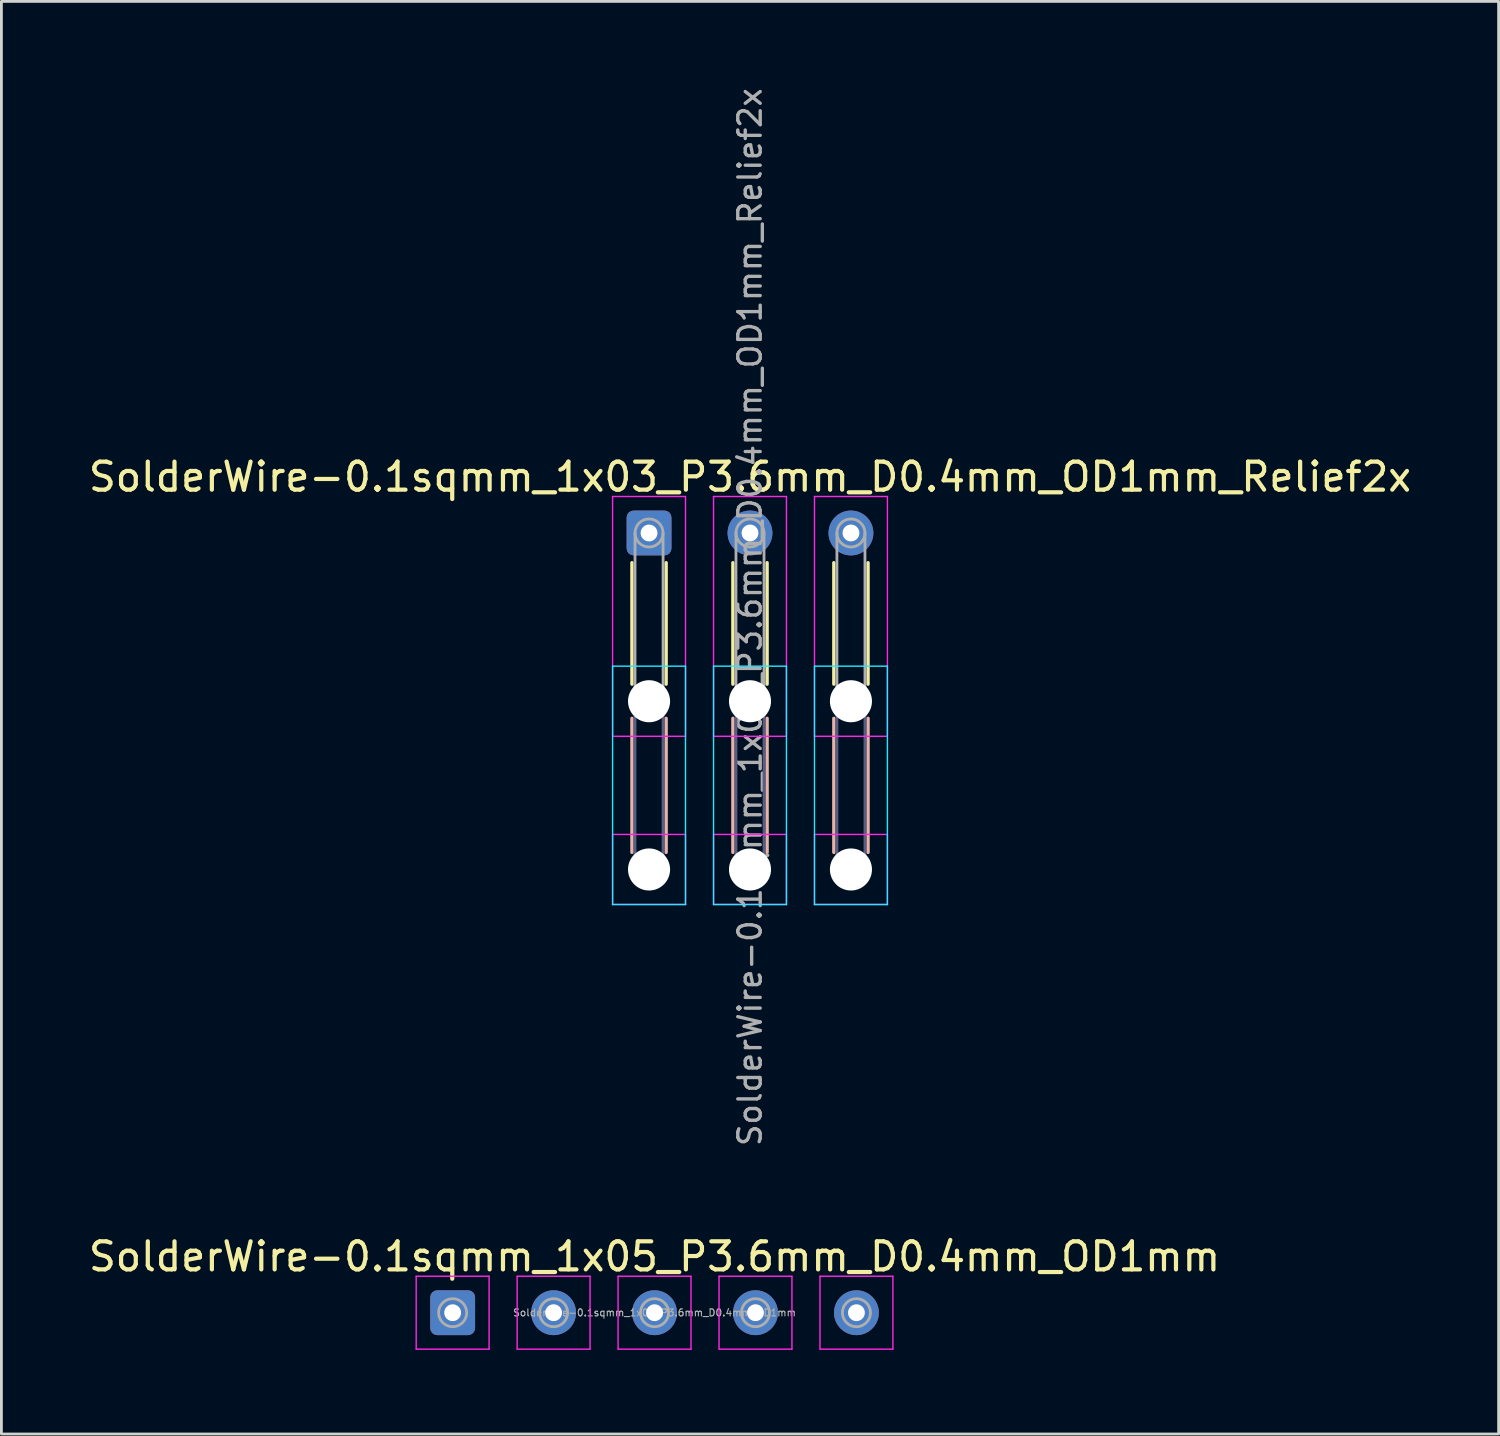
<source format=kicad_pcb>
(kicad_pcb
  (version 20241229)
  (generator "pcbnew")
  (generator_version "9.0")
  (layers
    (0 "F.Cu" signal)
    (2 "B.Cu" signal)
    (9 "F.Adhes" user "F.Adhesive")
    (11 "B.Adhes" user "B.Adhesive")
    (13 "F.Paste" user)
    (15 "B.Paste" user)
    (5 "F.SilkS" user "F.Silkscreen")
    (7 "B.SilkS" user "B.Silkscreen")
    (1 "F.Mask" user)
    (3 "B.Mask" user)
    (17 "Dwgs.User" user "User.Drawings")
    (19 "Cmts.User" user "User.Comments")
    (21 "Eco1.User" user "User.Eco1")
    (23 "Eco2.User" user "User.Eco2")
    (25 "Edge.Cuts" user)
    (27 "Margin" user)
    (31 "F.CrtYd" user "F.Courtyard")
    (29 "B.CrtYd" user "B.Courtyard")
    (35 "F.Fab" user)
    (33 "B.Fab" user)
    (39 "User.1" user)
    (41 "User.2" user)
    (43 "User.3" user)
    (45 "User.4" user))
  (footprint "SolderWire-0.1sqmm_1x03_P3.6mm_D0.4mm_OD1mm_Relief2x"
    (layer "F.Cu")
    (at 20.096 15.957)
    (property "Reference" "SolderWire-0.1sqmm_1x03_P3.6mm_D0.4mm_OD1mm_Relief2x" (at 3.6 -2 0) (layer "F.SilkS") (effects (font (size 1 1) (thickness 0.15))))
    (attr exclude_from_pos_files exclude_from_bom)
    (fp_line (start -0.61 1.06) (end -0.61 5.39) (stroke (width 0.12) (type solid)) (layer "F.SilkS"))
    (fp_line (start 0.61 1.06) (end 0.61 5.39) (stroke (width 0.12) (type solid)) (layer "F.SilkS"))
    (fp_line (start 2.99 1.06) (end 2.99 5.39) (stroke (width 0.12) (type solid)) (layer "F.SilkS"))
    (fp_line (start 4.21 1.06) (end 4.21 5.39) (stroke (width 0.12) (type solid)) (layer "F.SilkS"))
    (fp_line (start 6.59 1.06) (end 6.59 5.39) (stroke (width 0.12) (type solid)) (layer "F.SilkS"))
    (fp_line (start 7.81 1.06) (end 7.81 5.39) (stroke (width 0.12) (type solid)) (layer "F.SilkS"))
    (fp_line (start -0.61 6.61) (end -0.61 11.39) (stroke (width 0.12) (type solid)) (layer "B.SilkS"))
    (fp_line (start 0.61 6.61) (end 0.61 11.39) (stroke (width 0.12) (type solid)) (layer "B.SilkS"))
    (fp_line (start 2.99 6.61) (end 2.99 11.39) (stroke (width 0.12) (type solid)) (layer "B.SilkS"))
    (fp_line (start 4.21 6.61) (end 4.21 11.39) (stroke (width 0.12) (type solid)) (layer "B.SilkS"))
    (fp_line (start 6.59 6.61) (end 6.59 11.39) (stroke (width 0.12) (type solid)) (layer "B.SilkS"))
    (fp_line (start 7.81 6.61) (end 7.81 11.39) (stroke (width 0.12) (type solid)) (layer "B.SilkS"))
    (fp_line (start -1.3 4.75) (end -1.3 13.25) (stroke (width 0.05) (type solid)) (layer "B.CrtYd"))
    (fp_line (start -1.3 13.25) (end 1.3 13.25) (stroke (width 0.05) (type solid)) (layer "B.CrtYd"))
    (fp_line (start 1.3 4.75) (end -1.3 4.75) (stroke (width 0.05) (type solid)) (layer "B.CrtYd"))
    (fp_line (start 1.3 13.25) (end 1.3 4.75) (stroke (width 0.05) (type solid)) (layer "B.CrtYd"))
    (fp_line (start 2.3 4.75) (end 2.3 13.25) (stroke (width 0.05) (type solid)) (layer "B.CrtYd"))
    (fp_line (start 2.3 13.25) (end 4.9 13.25) (stroke (width 0.05) (type solid)) (layer "B.CrtYd"))
    (fp_line (start 4.9 4.75) (end 2.3 4.75) (stroke (width 0.05) (type solid)) (layer "B.CrtYd"))
    (fp_line (start 4.9 13.25) (end 4.9 4.75) (stroke (width 0.05) (type solid)) (layer "B.CrtYd"))
    (fp_line (start 5.9 4.75) (end 5.9 13.25) (stroke (width 0.05) (type solid)) (layer "B.CrtYd"))
    (fp_line (start 5.9 13.25) (end 8.5 13.25) (stroke (width 0.05) (type solid)) (layer "B.CrtYd"))
    (fp_line (start 8.5 4.75) (end 5.9 4.75) (stroke (width 0.05) (type solid)) (layer "B.CrtYd"))
    (fp_line (start 8.5 13.25) (end 8.5 4.75) (stroke (width 0.05) (type solid)) (layer "B.CrtYd"))
    (fp_line (start -1.3 -1.3) (end -1.3 7.25) (stroke (width 0.05) (type solid)) (layer "F.CrtYd"))
    (fp_line (start -1.3 7.25) (end 1.3 7.25) (stroke (width 0.05) (type solid)) (layer "F.CrtYd"))
    (fp_line (start -1.3 10.75) (end -1.3 13.25) (stroke (width 0.05) (type solid)) (layer "F.CrtYd"))
    (fp_line (start -1.3 13.25) (end 1.3 13.25) (stroke (width 0.05) (type solid)) (layer "F.CrtYd"))
    (fp_line (start 1.3 -1.3) (end -1.3 -1.3) (stroke (width 0.05) (type solid)) (layer "F.CrtYd"))
    (fp_line (start 1.3 7.25) (end 1.3 -1.3) (stroke (width 0.05) (type solid)) (layer "F.CrtYd"))
    (fp_line (start 1.3 10.75) (end -1.3 10.75) (stroke (width 0.05) (type solid)) (layer "F.CrtYd"))
    (fp_line (start 1.3 13.25) (end 1.3 10.75) (stroke (width 0.05) (type solid)) (layer "F.CrtYd"))
    (fp_line (start 2.3 -1.3) (end 2.3 7.25) (stroke (width 0.05) (type solid)) (layer "F.CrtYd"))
    (fp_line (start 2.3 7.25) (end 4.9 7.25) (stroke (width 0.05) (type solid)) (layer "F.CrtYd"))
    (fp_line (start 2.3 10.75) (end 2.3 13.25) (stroke (width 0.05) (type solid)) (layer "F.CrtYd"))
    (fp_line (start 2.3 13.25) (end 4.9 13.25) (stroke (width 0.05) (type solid)) (layer "F.CrtYd"))
    (fp_line (start 4.9 -1.3) (end 2.3 -1.3) (stroke (width 0.05) (type solid)) (layer "F.CrtYd"))
    (fp_line (start 4.9 7.25) (end 4.9 -1.3) (stroke (width 0.05) (type solid)) (layer "F.CrtYd"))
    (fp_line (start 4.9 10.75) (end 2.3 10.75) (stroke (width 0.05) (type solid)) (layer "F.CrtYd"))
    (fp_line (start 4.9 13.25) (end 4.9 10.75) (stroke (width 0.05) (type solid)) (layer "F.CrtYd"))
    (fp_line (start 5.9 -1.3) (end 5.9 7.25) (stroke (width 0.05) (type solid)) (layer "F.CrtYd"))
    (fp_line (start 5.9 7.25) (end 8.5 7.25) (stroke (width 0.05) (type solid)) (layer "F.CrtYd"))
    (fp_line (start 5.9 10.75) (end 5.9 13.25) (stroke (width 0.05) (type solid)) (layer "F.CrtYd"))
    (fp_line (start 5.9 13.25) (end 8.5 13.25) (stroke (width 0.05) (type solid)) (layer "F.CrtYd"))
    (fp_line (start 8.5 -1.3) (end 5.9 -1.3) (stroke (width 0.05) (type solid)) (layer "F.CrtYd"))
    (fp_line (start 8.5 7.25) (end 8.5 -1.3) (stroke (width 0.05) (type solid)) (layer "F.CrtYd"))
    (fp_line (start 8.5 10.75) (end 5.9 10.75) (stroke (width 0.05) (type solid)) (layer "F.CrtYd"))
    (fp_line (start 8.5 13.25) (end 8.5 10.75) (stroke (width 0.05) (type solid)) (layer "F.CrtYd"))
    (fp_line (start -0.5 6) (end -0.5 12) (stroke (width 0.1) (type solid)) (layer "B.Fab"))
    (fp_line (start 0.5 6) (end 0.5 12) (stroke (width 0.1) (type solid)) (layer "B.Fab"))
    (fp_line (start 3.1 6) (end 3.1 12) (stroke (width 0.1) (type solid)) (layer "B.Fab"))
    (fp_line (start 4.1 6) (end 4.1 12) (stroke (width 0.1) (type solid)) (layer "B.Fab"))
    (fp_line (start 6.7 6) (end 6.7 12) (stroke (width 0.1) (type solid)) (layer "B.Fab"))
    (fp_line (start 7.7 6) (end 7.7 12) (stroke (width 0.1) (type solid)) (layer "B.Fab"))
    (fp_circle (center 0 6) (end 0.5 6) (stroke (width 0.1) (type solid)) (fill no) (layer "B.Fab"))
    (fp_circle (center 0 12) (end 0.5 12) (stroke (width 0.1) (type solid)) (fill no) (layer "B.Fab"))
    (fp_circle (center 3.6 6) (end 4.1 6) (stroke (width 0.1) (type solid)) (fill no) (layer "B.Fab"))
    (fp_circle (center 3.6 12) (end 4.1 12) (stroke (width 0.1) (type solid)) (fill no) (layer "B.Fab"))
    (fp_circle (center 7.2 6) (end 7.7 6) (stroke (width 0.1) (type solid)) (fill no) (layer "B.Fab"))
    (fp_circle (center 7.2 12) (end 7.7 12) (stroke (width 0.1) (type solid)) (fill no) (layer "B.Fab"))
    (fp_line (start -0.5 0) (end -0.5 6) (stroke (width 0.1) (type solid)) (layer "F.Fab"))
    (fp_line (start 0.5 0) (end 0.5 6) (stroke (width 0.1) (type solid)) (layer "F.Fab"))
    (fp_line (start 3.1 0) (end 3.1 6) (stroke (width 0.1) (type solid)) (layer "F.Fab"))
    (fp_line (start 4.1 0) (end 4.1 6) (stroke (width 0.1) (type solid)) (layer "F.Fab"))
    (fp_line (start 6.7 0) (end 6.7 6) (stroke (width 0.1) (type solid)) (layer "F.Fab"))
    (fp_line (start 7.7 0) (end 7.7 6) (stroke (width 0.1) (type solid)) (layer "F.Fab"))
    (fp_circle (center 0 0) (end 0.5 0) (stroke (width 0.1) (type solid)) (fill no) (layer "F.Fab"))
    (fp_circle (center 0 6) (end 0.5 6) (stroke (width 0.1) (type solid)) (fill no) (layer "F.Fab"))
    (fp_circle (center 0 12) (end 0.5 12) (stroke (width 0.1) (type solid)) (fill no) (layer "F.Fab"))
    (fp_circle (center 3.6 0) (end 4.1 0) (stroke (width 0.1) (type solid)) (fill no) (layer "F.Fab"))
    (fp_circle (center 3.6 6) (end 4.1 6) (stroke (width 0.1) (type solid)) (fill no) (layer "F.Fab"))
    (fp_circle (center 3.6 12) (end 4.1 12) (stroke (width 0.1) (type solid)) (fill no) (layer "F.Fab"))
    (fp_circle (center 7.2 0) (end 7.7 0) (stroke (width 0.1) (type solid)) (fill no) (layer "F.Fab"))
    (fp_circle (center 7.2 6) (end 7.7 6) (stroke (width 0.1) (type solid)) (fill no) (layer "F.Fab"))
    (fp_circle (center 7.2 12) (end 7.7 12) (stroke (width 0.1) (type solid)) (fill no) (layer "F.Fab"))
    (fp_text user "${REFERENCE}" (at 3.6 3 90) (layer "F.Fab") (effects (font (size 0.8 0.8) (thickness 0.12))))
    (pad "" np_thru_hole circle (at 0 6) (size 1.5 1.5) (drill 1.5) (layers "*.Cu" "*.Mask"))
    (pad "" np_thru_hole circle (at 0 12) (size 1.5 1.5) (drill 1.5) (layers "*.Cu" "*.Mask"))
    (pad "" np_thru_hole circle (at 3.6 6) (size 1.5 1.5) (drill 1.5) (layers "*.Cu" "*.Mask"))
    (pad "" np_thru_hole circle (at 3.6 12) (size 1.5 1.5) (drill 1.5) (layers "*.Cu" "*.Mask"))
    (pad "" np_thru_hole circle (at 7.2 6) (size 1.5 1.5) (drill 1.5) (layers "*.Cu" "*.Mask"))
    (pad "" np_thru_hole circle (at 7.2 12) (size 1.5 1.5) (drill 1.5) (layers "*.Cu" "*.Mask"))
    (pad "1" thru_hole roundrect (at 0 0) (size 1.6 1.6) (drill 0.6) (layers "*.Cu" "*.Mask") (roundrect_rratio 0.156))
    (pad "2" thru_hole circle (at 3.6 0) (size 1.6 1.6) (drill 0.6) (layers "*.Cu" "*.Mask"))
    (pad "3" thru_hole circle (at 7.2 0) (size 1.6 1.6) (drill 0.6) (layers "*.Cu" "*.Mask")))
  (footprint "SolderWire-0.1sqmm_1x05_P3.6mm_D0.4mm_OD1mm"
    (layer "F.Cu")
    (at 13.092 43.763)
    (property "Reference" "SolderWire-0.1sqmm_1x05_P3.6mm_D0.4mm_OD1mm" (at 7.2 -2 0) (layer "F.SilkS") (effects (font (size 1 1) (thickness 0.15))))
    (attr exclude_from_pos_files exclude_from_bom)
    (fp_line (start -1.3 -1.3) (end -1.3 1.3) (stroke (width 0.05) (type solid)) (layer "F.CrtYd"))
    (fp_line (start -1.3 1.3) (end 1.3 1.3) (stroke (width 0.05) (type solid)) (layer "F.CrtYd"))
    (fp_line (start 1.3 -1.3) (end -1.3 -1.3) (stroke (width 0.05) (type solid)) (layer "F.CrtYd"))
    (fp_line (start 1.3 1.3) (end 1.3 -1.3) (stroke (width 0.05) (type solid)) (layer "F.CrtYd"))
    (fp_line (start 2.3 -1.3) (end 2.3 1.3) (stroke (width 0.05) (type solid)) (layer "F.CrtYd"))
    (fp_line (start 2.3 1.3) (end 4.9 1.3) (stroke (width 0.05) (type solid)) (layer "F.CrtYd"))
    (fp_line (start 4.9 -1.3) (end 2.3 -1.3) (stroke (width 0.05) (type solid)) (layer "F.CrtYd"))
    (fp_line (start 4.9 1.3) (end 4.9 -1.3) (stroke (width 0.05) (type solid)) (layer "F.CrtYd"))
    (fp_line (start 5.9 -1.3) (end 5.9 1.3) (stroke (width 0.05) (type solid)) (layer "F.CrtYd"))
    (fp_line (start 5.9 1.3) (end 8.5 1.3) (stroke (width 0.05) (type solid)) (layer "F.CrtYd"))
    (fp_line (start 8.5 -1.3) (end 5.9 -1.3) (stroke (width 0.05) (type solid)) (layer "F.CrtYd"))
    (fp_line (start 8.5 1.3) (end 8.5 -1.3) (stroke (width 0.05) (type solid)) (layer "F.CrtYd"))
    (fp_line (start 9.5 -1.3) (end 9.5 1.3) (stroke (width 0.05) (type solid)) (layer "F.CrtYd"))
    (fp_line (start 9.5 1.3) (end 12.1 1.3) (stroke (width 0.05) (type solid)) (layer "F.CrtYd"))
    (fp_line (start 12.1 -1.3) (end 9.5 -1.3) (stroke (width 0.05) (type solid)) (layer "F.CrtYd"))
    (fp_line (start 12.1 1.3) (end 12.1 -1.3) (stroke (width 0.05) (type solid)) (layer "F.CrtYd"))
    (fp_line (start 13.1 -1.3) (end 13.1 1.3) (stroke (width 0.05) (type solid)) (layer "F.CrtYd"))
    (fp_line (start 13.1 1.3) (end 15.7 1.3) (stroke (width 0.05) (type solid)) (layer "F.CrtYd"))
    (fp_line (start 15.7 -1.3) (end 13.1 -1.3) (stroke (width 0.05) (type solid)) (layer "F.CrtYd"))
    (fp_line (start 15.7 1.3) (end 15.7 -1.3) (stroke (width 0.05) (type solid)) (layer "F.CrtYd"))
    (fp_circle (center 0 0) (end 0.5 0) (stroke (width 0.1) (type solid)) (fill no) (layer "F.Fab"))
    (fp_circle (center 3.6 0) (end 4.1 0) (stroke (width 0.1) (type solid)) (fill no) (layer "F.Fab"))
    (fp_circle (center 7.2 0) (end 7.7 0) (stroke (width 0.1) (type solid)) (fill no) (layer "F.Fab"))
    (fp_circle (center 10.8 0) (end 11.3 0) (stroke (width 0.1) (type solid)) (fill no) (layer "F.Fab"))
    (fp_circle (center 14.4 0) (end 14.9 0) (stroke (width 0.1) (type solid)) (fill no) (layer "F.Fab"))
    (fp_text user "${REFERENCE}" (at 7.2 0 0) (layer "F.Fab") (effects (font (size 0.25 0.25) (thickness 0.04))))
    (pad "1" thru_hole roundrect (at 0 0) (size 1.6 1.6) (drill 0.6) (layers "*.Cu" "*.Mask") (roundrect_rratio 0.156))
    (pad "2" thru_hole circle (at 3.6 0) (size 1.6 1.6) (drill 0.6) (layers "*.Cu" "*.Mask"))
    (pad "3" thru_hole circle (at 7.2 0) (size 1.6 1.6) (drill 0.6) (layers "*.Cu" "*.Mask"))
    (pad "4" thru_hole circle (at 10.8 0) (size 1.6 1.6) (drill 0.6) (layers "*.Cu" "*.Mask"))
    (pad "5" thru_hole circle (at 14.4 0) (size 1.6 1.6) (drill 0.6) (layers "*.Cu" "*.Mask")))
  (gr_rect
    (start -3 -3)
    (end 50.393 48.088)
    (stroke (width 0.1) (type default))
    (fill no)
    (layer "Edge.Cuts")))
</source>
